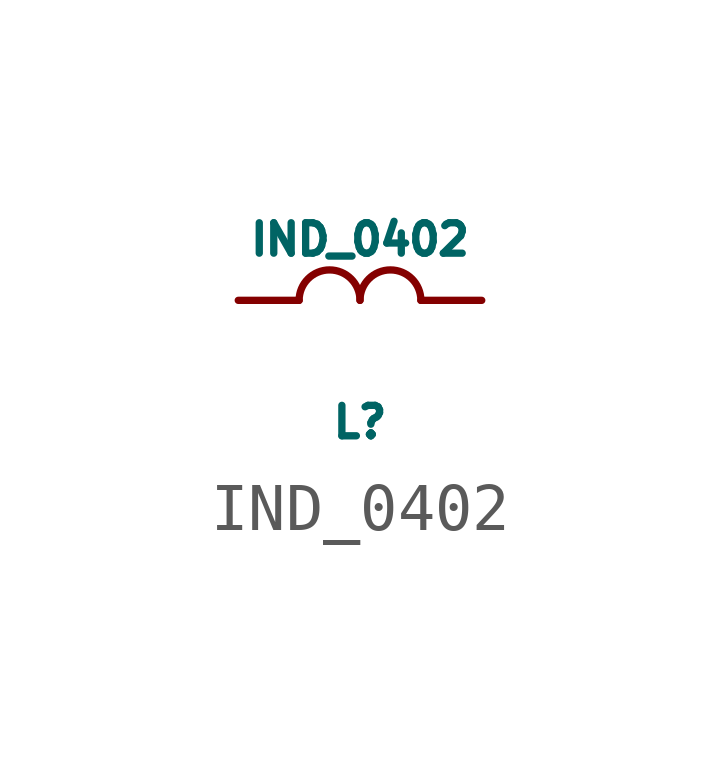
<source format=kicad_sym>
(kicad_symbol_lib
  (version 20241209)
  (generator "kicad_symbol_editor")
  (generator_version "9.0")
  (symbol "IND_0402"
    (pin_numbers
      (hide yes))
    (pin_names
      (offset 0)
      (hide yes))
    (property "Reference" "L"
      (at 0 -2.54 0)
      (effects (font (size 0.635 0.635))))
    (property "Value" "IND_0402"
      (at 0 1.27 0)
      (effects (font (size 0.635 0.635))))
    (property "Datasheet" ""
      (at 0 0 0)
      (effects (font (size 1.524 1.524))))
    (symbol "IND_0402_0_1"
      (arc (start -1.27 0) (mid -0.635 0.6323) (end 0 0) (stroke (width 0) (type default)) (fill (type none)))
      (arc (start 0 0) (mid 0.635 0.6323) (end 1.27 0) (stroke (width 0) (type default)) (fill (type none))))
    (symbol "IND_0402_1_1"
      (pin passive line (at -2.54 0 0) (length 1.27) (name "~" (effects (font (size 0.635 0.635)))) (number "1" (effects (font (size 0.635 0.635)))))
      (pin passive line (at 2.54 0 180) (length 1.27) (name "~" (effects (font (size 0.635 0.635)))) (number "2" (effects (font (size 0.635 0.635))))))))
</source>
